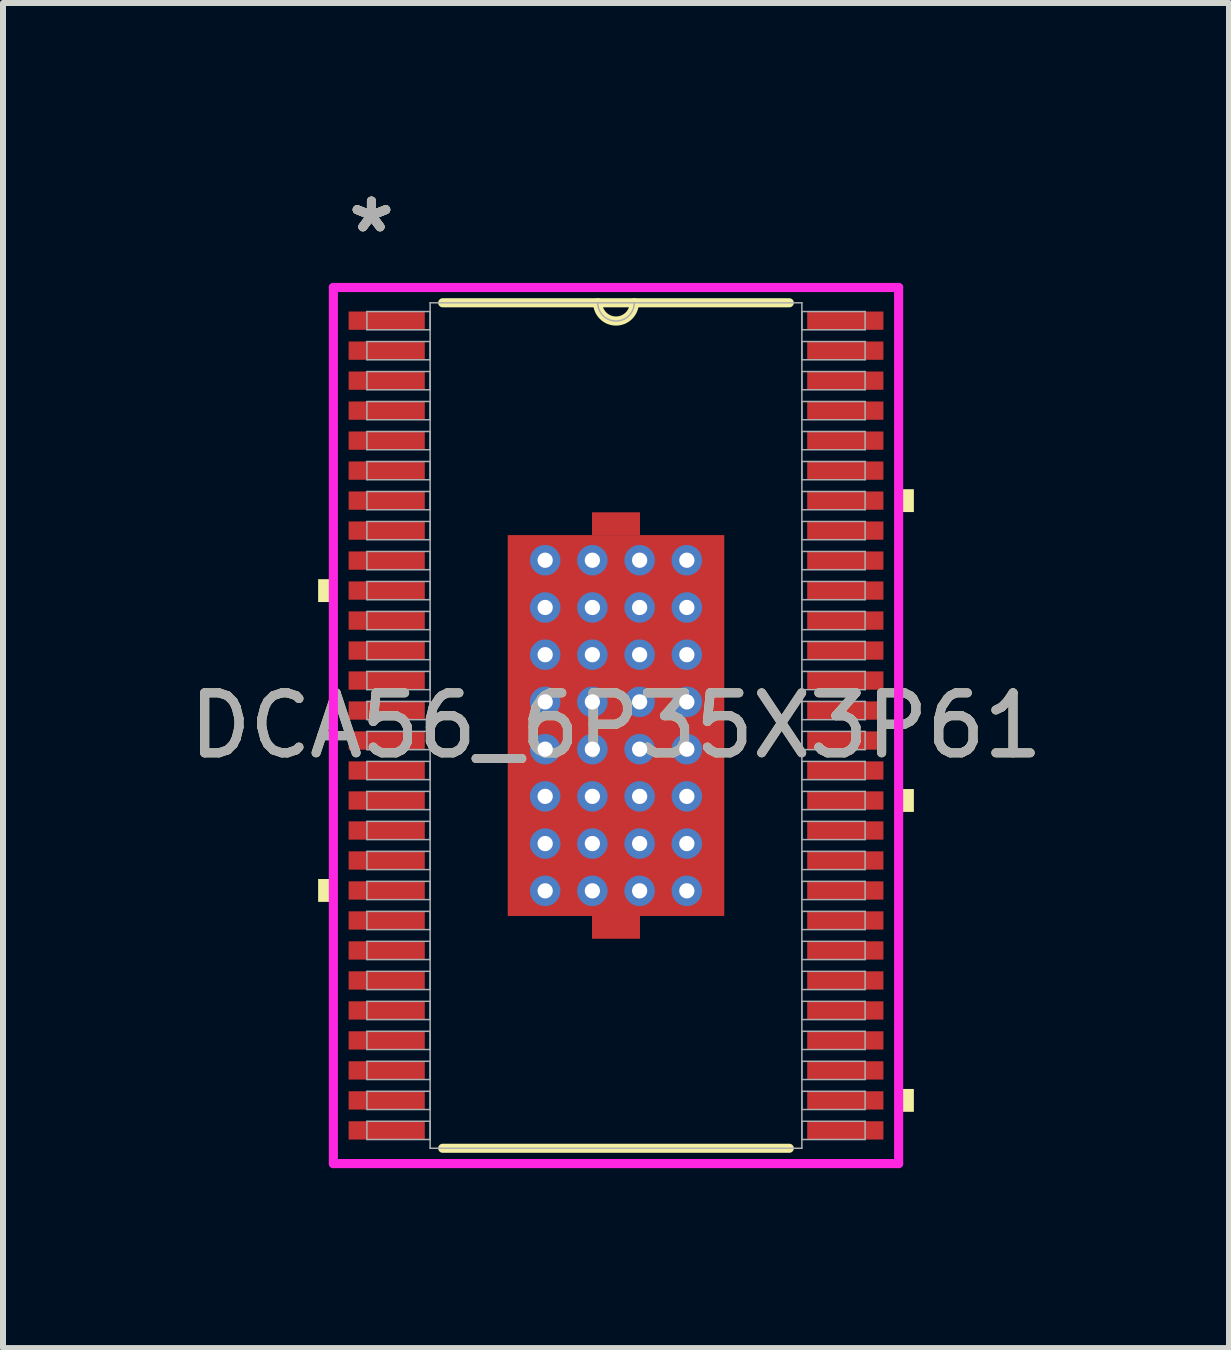
<source format=kicad_pcb>
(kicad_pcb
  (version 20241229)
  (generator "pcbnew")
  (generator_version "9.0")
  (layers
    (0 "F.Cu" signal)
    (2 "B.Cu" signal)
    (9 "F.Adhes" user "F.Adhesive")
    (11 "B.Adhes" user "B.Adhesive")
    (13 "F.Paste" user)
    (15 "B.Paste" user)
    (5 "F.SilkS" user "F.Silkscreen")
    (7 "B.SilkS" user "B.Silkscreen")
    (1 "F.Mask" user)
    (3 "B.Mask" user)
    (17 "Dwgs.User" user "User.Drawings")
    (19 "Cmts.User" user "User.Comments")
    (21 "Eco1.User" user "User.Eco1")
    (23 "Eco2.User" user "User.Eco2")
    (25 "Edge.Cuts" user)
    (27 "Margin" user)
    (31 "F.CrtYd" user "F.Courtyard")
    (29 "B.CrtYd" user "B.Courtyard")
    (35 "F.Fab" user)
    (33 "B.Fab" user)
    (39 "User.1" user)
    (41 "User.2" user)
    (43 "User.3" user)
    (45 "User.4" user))
  (footprint "DCA56_6P35X3P61"
    (layer "F.Cu")
    (at 7.22 9.046)
    (property "Reference" "DCA56_6P35X3P61" (at 0 0 0) (unlocked yes) (layer "F.SilkS") (effects (font (size 1 1) (thickness 0.15))))
    (attr smd)
    (fp_poly (pts (xy -0.4 -3.175) (xy -0.4 -3.555) (xy 0.4 -3.555) (xy 0.4 -3.175)) (stroke (width 0) (type solid)) (fill yes) (layer "F.Cu"))
    (fp_poly (pts (xy -0.4 3.175) (xy -0.4 3.555) (xy 0.4 3.555) (xy 0.4 3.175)) (stroke (width 0) (type solid)) (fill yes) (layer "F.Cu"))
    (fp_poly (pts (xy -1.869 -3.239) (xy -1.381 -3.239) (xy -1.381 3.239) (xy -1.869 3.239)) (stroke (width 0) (type solid)) (fill yes) (layer "F.Mask"))
    (fp_poly (pts (xy -1.869 -3.239) (xy 1.869 -3.239) (xy 1.869 -2.956) (xy -1.869 -2.956)) (stroke (width 0) (type solid)) (fill yes) (layer "F.Mask"))
    (fp_poly (pts (xy -1.869 -2.556) (xy 1.869 -2.556) (xy 1.869 -2.168) (xy -1.869 -2.168)) (stroke (width 0) (type solid)) (fill yes) (layer "F.Mask"))
    (fp_poly (pts (xy -1.869 -1.768) (xy 1.869 -1.768) (xy 1.869 -1.381) (xy -1.869 -1.381)) (stroke (width 0) (type solid)) (fill yes) (layer "F.Mask"))
    (fp_poly (pts (xy -1.869 -0.981) (xy 1.869 -0.981) (xy 1.869 -0.594) (xy -1.869 -0.594)) (stroke (width 0) (type solid)) (fill yes) (layer "F.Mask"))
    (fp_poly (pts (xy -1.869 -0.194) (xy 1.869 -0.194) (xy 1.869 0.194) (xy -1.869 0.194)) (stroke (width 0) (type solid)) (fill yes) (layer "F.Mask"))
    (fp_poly (pts (xy -1.869 0.594) (xy 1.869 0.594) (xy 1.869 0.981) (xy -1.869 0.981)) (stroke (width 0) (type solid)) (fill yes) (layer "F.Mask"))
    (fp_poly (pts (xy -1.869 1.381) (xy 1.869 1.381) (xy 1.869 1.768) (xy -1.869 1.768)) (stroke (width 0) (type solid)) (fill yes) (layer "F.Mask"))
    (fp_poly (pts (xy -1.869 2.168) (xy 1.869 2.168) (xy 1.869 2.556) (xy -1.869 2.556)) (stroke (width 0) (type solid)) (fill yes) (layer "F.Mask"))
    (fp_poly (pts (xy -1.869 2.956) (xy 1.869 2.956) (xy 1.869 3.239) (xy -1.869 3.239)) (stroke (width 0) (type solid)) (fill yes) (layer "F.Mask"))
    (fp_poly (pts (xy -0.594 -3.239) (xy -0.981 -3.239) (xy -0.981 3.239) (xy -0.594 3.239)) (stroke (width 0) (type solid)) (fill yes) (layer "F.Mask"))
    (fp_poly (pts (xy -0.4 -3.175) (xy -0.4 -3.555) (xy 0.4 -3.555) (xy 0.4 -3.175)) (stroke (width 0) (type solid)) (fill yes) (layer "F.Mask"))
    (fp_poly (pts (xy -0.4 3.175) (xy -0.4 3.555) (xy 0.4 3.555) (xy 0.4 3.175)) (stroke (width 0) (type solid)) (fill yes) (layer "F.Mask"))
    (fp_poly (pts (xy 0.194 -3.239) (xy -0.194 -3.239) (xy -0.194 3.239) (xy 0.194 3.239)) (stroke (width 0) (type solid)) (fill yes) (layer "F.Mask"))
    (fp_poly (pts (xy 0.981 -3.239) (xy 0.594 -3.239) (xy 0.594 3.239) (xy 0.981 3.239)) (stroke (width 0) (type solid)) (fill yes) (layer "F.Mask"))
    (fp_poly (pts (xy 1.381 -3.239) (xy 1.869 -3.239) (xy 1.869 3.239) (xy 1.381 3.239)) (stroke (width 0) (type solid)) (fill yes) (layer "F.Mask"))
    (fp_line (start -2.889 7.048) (end 2.889 7.048) (stroke (width 0.152) (type solid)) (layer "F.SilkS"))
    (fp_line (start 2.889 -7.048) (end -2.889 -7.048) (stroke (width 0.152) (type solid)) (layer "F.SilkS"))
    (fp_arc (start 0.3048 -7.0485) (mid 0 -6.7437) (end -0.3048 -7.0485) (stroke (width 0.1524) (type solid)) (layer "F.SilkS"))
    (fp_poly (pts (xy -4.966 -2.44) (xy -4.966 -2.059) (xy -4.712 -2.059) (xy -4.712 -2.44)) (stroke (width 0) (type solid)) (fill yes) (layer "F.SilkS"))
    (fp_poly (pts (xy -4.966 2.559) (xy -4.966 2.94) (xy -4.712 2.94) (xy -4.712 2.559)) (stroke (width 0) (type solid)) (fill yes) (layer "F.SilkS"))
    (fp_poly (pts (xy 4.966 -3.94) (xy 4.966 -3.559) (xy 4.712 -3.559) (xy 4.712 -3.94)) (stroke (width 0) (type solid)) (fill yes) (layer "F.SilkS"))
    (fp_poly (pts (xy 4.966 1.059) (xy 4.966 1.44) (xy 4.712 1.44) (xy 4.712 1.059)) (stroke (width 0) (type solid)) (fill yes) (layer "F.SilkS"))
    (fp_poly (pts (xy 4.966 6.059) (xy 4.966 6.44) (xy 4.712 6.44) (xy 4.712 6.059)) (stroke (width 0) (type solid)) (fill yes) (layer "F.SilkS"))
    (fp_poly (pts (xy -1.73 -3.1) (xy -1.73 -2.856) (xy -1.423 -2.856) (xy -1.281 -2.997) (xy -1.281 -3.1)) (stroke (width 0) (type solid)) (fill yes) (layer "F.Paste"))
    (fp_poly (pts (xy -1.73 2.856) (xy -1.73 3.1) (xy -1.281 3.1) (xy -1.281 2.997) (xy -1.423 2.856)) (stroke (width 0) (type solid)) (fill yes) (layer "F.Paste"))
    (fp_poly (pts (xy 1.281 -3.1) (xy 1.281 -2.997) (xy 1.423 -2.856) (xy 1.73 -2.856) (xy 1.73 -3.1)) (stroke (width 0) (type solid)) (fill yes) (layer "F.Paste"))
    (fp_poly (pts (xy 1.423 2.856) (xy 1.281 2.997) (xy 1.281 3.1) (xy 1.73 3.1) (xy 1.73 2.856)) (stroke (width 0) (type solid)) (fill yes) (layer "F.Paste"))
    (fp_poly (pts (xy -1.73 -2.656) (xy -1.73 -2.068) (xy -1.423 -2.068) (xy -1.281 -2.21) (xy -1.281 -2.514) (xy -1.423 -2.656)) (stroke (width 0) (type solid)) (fill yes) (layer "F.Paste"))
    (fp_poly (pts (xy -1.73 -1.869) (xy -1.73 -1.281) (xy -1.423 -1.281) (xy -1.281 -1.423) (xy -1.281 -1.727) (xy -1.423 -1.869)) (stroke (width 0) (type solid)) (fill yes) (layer "F.Paste"))
    (fp_poly (pts (xy -1.73 -1.081) (xy -1.73 -0.494) (xy -1.423 -0.494) (xy -1.281 -0.635) (xy -1.281 -0.94) (xy -1.423 -1.081)) (stroke (width 0) (type solid)) (fill yes) (layer "F.Paste"))
    (fp_poly (pts (xy -1.73 -0.294) (xy -1.73 0.294) (xy -1.423 0.294) (xy -1.281 0.152) (xy -1.281 -0.152) (xy -1.423 -0.294)) (stroke (width 0) (type solid)) (fill yes) (layer "F.Paste"))
    (fp_poly (pts (xy -1.73 0.494) (xy -1.73 1.081) (xy -1.423 1.081) (xy -1.281 0.94) (xy -1.281 0.635) (xy -1.423 0.494)) (stroke (width 0) (type solid)) (fill yes) (layer "F.Paste"))
    (fp_poly (pts (xy -1.73 1.281) (xy -1.73 1.869) (xy -1.423 1.869) (xy -1.281 1.727) (xy -1.281 1.423) (xy -1.423 1.281)) (stroke (width 0) (type solid)) (fill yes) (layer "F.Paste"))
    (fp_poly (pts (xy -1.73 2.068) (xy -1.73 2.656) (xy -1.423 2.656) (xy -1.281 2.514) (xy -1.281 2.21) (xy -1.423 2.068)) (stroke (width 0) (type solid)) (fill yes) (layer "F.Paste"))
    (fp_poly (pts (xy -1.081 -3.1) (xy -1.081 -2.997) (xy -0.94 -2.856) (xy -0.635 -2.856) (xy -0.494 -2.997) (xy -0.494 -3.1)) (stroke (width 0) (type solid)) (fill yes) (layer "F.Paste"))
    (fp_poly (pts (xy -0.94 2.856) (xy -1.081 2.997) (xy -1.081 3.1) (xy -0.494 3.1) (xy -0.494 2.997) (xy -0.635 2.856)) (stroke (width 0) (type solid)) (fill yes) (layer "F.Paste"))
    (fp_poly (pts (xy -0.294 -3.1) (xy -0.294 -2.997) (xy -0.152 -2.856) (xy 0.152 -2.856) (xy 0.294 -2.997) (xy 0.294 -3.1)) (stroke (width 0) (type solid)) (fill yes) (layer "F.Paste"))
    (fp_poly (pts (xy -0.152 2.856) (xy -0.294 2.997) (xy -0.294 3.1) (xy 0.294 3.1) (xy 0.294 2.997) (xy 0.152 2.856)) (stroke (width 0) (type solid)) (fill yes) (layer "F.Paste"))
    (fp_poly (pts (xy 0.494 -3.1) (xy 0.494 -2.997) (xy 0.635 -2.856) (xy 0.94 -2.856) (xy 1.081 -2.997) (xy 1.081 -3.1)) (stroke (width 0) (type solid)) (fill yes) (layer "F.Paste"))
    (fp_poly (pts (xy 0.635 2.856) (xy 0.494 2.997) (xy 0.494 3.1) (xy 1.081 3.1) (xy 1.081 2.997) (xy 0.94 2.856)) (stroke (width 0) (type solid)) (fill yes) (layer "F.Paste"))
    (fp_poly (pts (xy 1.423 -2.656) (xy 1.281 -2.514) (xy 1.281 -2.21) (xy 1.423 -2.068) (xy 1.73 -2.068) (xy 1.73 -2.656)) (stroke (width 0) (type solid)) (fill yes) (layer "F.Paste"))
    (fp_poly (pts (xy 1.423 -1.869) (xy 1.281 -1.727) (xy 1.281 -1.423) (xy 1.423 -1.281) (xy 1.73 -1.281) (xy 1.73 -1.869)) (stroke (width 0) (type solid)) (fill yes) (layer "F.Paste"))
    (fp_poly (pts (xy 1.423 -1.081) (xy 1.281 -0.94) (xy 1.281 -0.635) (xy 1.423 -0.494) (xy 1.73 -0.494) (xy 1.73 -1.081)) (stroke (width 0) (type solid)) (fill yes) (layer "F.Paste"))
    (fp_poly (pts (xy 1.423 -0.294) (xy 1.281 -0.152) (xy 1.281 0.152) (xy 1.423 0.294) (xy 1.73 0.294) (xy 1.73 -0.294)) (stroke (width 0) (type solid)) (fill yes) (layer "F.Paste"))
    (fp_poly (pts (xy 1.423 0.494) (xy 1.281 0.635) (xy 1.281 0.94) (xy 1.423 1.081) (xy 1.73 1.081) (xy 1.73 0.494)) (stroke (width 0) (type solid)) (fill yes) (layer "F.Paste"))
    (fp_poly (pts (xy 1.423 1.281) (xy 1.281 1.423) (xy 1.281 1.727) (xy 1.423 1.869) (xy 1.73 1.869) (xy 1.73 1.281)) (stroke (width 0) (type solid)) (fill yes) (layer "F.Paste"))
    (fp_poly (pts (xy 1.423 2.068) (xy 1.281 2.21) (xy 1.281 2.514) (xy 1.423 2.656) (xy 1.73 2.656) (xy 1.73 2.068)) (stroke (width 0) (type solid)) (fill yes) (layer "F.Paste"))
    (fp_poly (pts (xy -0.94 -2.656) (xy -1.081 -2.514) (xy -1.081 -2.21) (xy -0.94 -2.068) (xy -0.635 -2.068) (xy -0.494 -2.21) (xy -0.494 -2.514) (xy -0.635 -2.656)) (stroke (width 0) (type solid)) (fill yes) (layer "F.Paste"))
    (fp_poly (pts (xy -0.94 -1.869) (xy -1.081 -1.727) (xy -1.081 -1.423) (xy -0.94 -1.281) (xy -0.635 -1.281) (xy -0.494 -1.423) (xy -0.494 -1.727) (xy -0.635 -1.869)) (stroke (width 0) (type solid)) (fill yes) (layer "F.Paste"))
    (fp_poly (pts (xy -0.94 -1.081) (xy -1.081 -0.94) (xy -1.081 -0.635) (xy -0.94 -0.494) (xy -0.635 -0.494) (xy -0.494 -0.635) (xy -0.494 -0.94) (xy -0.635 -1.081)) (stroke (width 0) (type solid)) (fill yes) (layer "F.Paste"))
    (fp_poly (pts (xy -0.94 -0.294) (xy -1.081 -0.152) (xy -1.081 0.152) (xy -0.94 0.294) (xy -0.635 0.294) (xy -0.494 0.152) (xy -0.494 -0.152) (xy -0.635 -0.294)) (stroke (width 0) (type solid)) (fill yes) (layer "F.Paste"))
    (fp_poly (pts (xy -0.94 0.494) (xy -1.081 0.635) (xy -1.081 0.94) (xy -0.94 1.081) (xy -0.635 1.081) (xy -0.494 0.94) (xy -0.494 0.635) (xy -0.635 0.494)) (stroke (width 0) (type solid)) (fill yes) (layer "F.Paste"))
    (fp_poly (pts (xy -0.94 1.281) (xy -1.081 1.423) (xy -1.081 1.727) (xy -0.94 1.869) (xy -0.635 1.869) (xy -0.494 1.727) (xy -0.494 1.423) (xy -0.635 1.281)) (stroke (width 0) (type solid)) (fill yes) (layer "F.Paste"))
    (fp_poly (pts (xy -0.94 2.068) (xy -1.081 2.21) (xy -1.081 2.514) (xy -0.94 2.656) (xy -0.635 2.656) (xy -0.494 2.514) (xy -0.494 2.21) (xy -0.635 2.068)) (stroke (width 0) (type solid)) (fill yes) (layer "F.Paste"))
    (fp_poly (pts (xy -0.152 -2.656) (xy -0.294 -2.514) (xy -0.294 -2.21) (xy -0.152 -2.068) (xy 0.152 -2.068) (xy 0.294 -2.21) (xy 0.294 -2.514) (xy 0.152 -2.656)) (stroke (width 0) (type solid)) (fill yes) (layer "F.Paste"))
    (fp_poly (pts (xy -0.152 -1.869) (xy -0.294 -1.727) (xy -0.294 -1.423) (xy -0.152 -1.281) (xy 0.152 -1.281) (xy 0.294 -1.423) (xy 0.294 -1.727) (xy 0.152 -1.869)) (stroke (width 0) (type solid)) (fill yes) (layer "F.Paste"))
    (fp_poly (pts (xy -0.152 -1.081) (xy -0.294 -0.94) (xy -0.294 -0.635) (xy -0.152 -0.494) (xy 0.152 -0.494) (xy 0.294 -0.635) (xy 0.294 -0.94) (xy 0.152 -1.081)) (stroke (width 0) (type solid)) (fill yes) (layer "F.Paste"))
    (fp_poly (pts (xy -0.152 -0.294) (xy -0.294 -0.152) (xy -0.294 0.152) (xy -0.152 0.294) (xy 0.152 0.294) (xy 0.294 0.152) (xy 0.294 -0.152) (xy 0.152 -0.294)) (stroke (width 0) (type solid)) (fill yes) (layer "F.Paste"))
    (fp_poly (pts (xy -0.152 0.494) (xy -0.294 0.635) (xy -0.294 0.94) (xy -0.152 1.081) (xy 0.152 1.081) (xy 0.294 0.94) (xy 0.294 0.635) (xy 0.152 0.494)) (stroke (width 0) (type solid)) (fill yes) (layer "F.Paste"))
    (fp_poly (pts (xy -0.152 1.281) (xy -0.294 1.423) (xy -0.294 1.727) (xy -0.152 1.869) (xy 0.152 1.869) (xy 0.294 1.727) (xy 0.294 1.423) (xy 0.152 1.281)) (stroke (width 0) (type solid)) (fill yes) (layer "F.Paste"))
    (fp_poly (pts (xy -0.152 2.068) (xy -0.294 2.21) (xy -0.294 2.514) (xy -0.152 2.656) (xy 0.152 2.656) (xy 0.294 2.514) (xy 0.294 2.21) (xy 0.152 2.068)) (stroke (width 0) (type solid)) (fill yes) (layer "F.Paste"))
    (fp_poly (pts (xy 0.635 -2.656) (xy 0.494 -2.514) (xy 0.494 -2.21) (xy 0.635 -2.068) (xy 0.94 -2.068) (xy 1.081 -2.21) (xy 1.081 -2.514) (xy 0.94 -2.656)) (stroke (width 0) (type solid)) (fill yes) (layer "F.Paste"))
    (fp_poly (pts (xy 0.635 -1.869) (xy 0.494 -1.727) (xy 0.494 -1.423) (xy 0.635 -1.281) (xy 0.94 -1.281) (xy 1.081 -1.423) (xy 1.081 -1.727) (xy 0.94 -1.869)) (stroke (width 0) (type solid)) (fill yes) (layer "F.Paste"))
    (fp_poly (pts (xy 0.635 -1.081) (xy 0.494 -0.94) (xy 0.494 -0.635) (xy 0.635 -0.494) (xy 0.94 -0.494) (xy 1.081 -0.635) (xy 1.081 -0.94) (xy 0.94 -1.081)) (stroke (width 0) (type solid)) (fill yes) (layer "F.Paste"))
    (fp_poly (pts (xy 0.635 -0.294) (xy 0.494 -0.152) (xy 0.494 0.152) (xy 0.635 0.294) (xy 0.94 0.294) (xy 1.081 0.152) (xy 1.081 -0.152) (xy 0.94 -0.294)) (stroke (width 0) (type solid)) (fill yes) (layer "F.Paste"))
    (fp_poly (pts (xy 0.635 0.494) (xy 0.494 0.635) (xy 0.494 0.94) (xy 0.635 1.081) (xy 0.94 1.081) (xy 1.081 0.94) (xy 1.081 0.635) (xy 0.94 0.494)) (stroke (width 0) (type solid)) (fill yes) (layer "F.Paste"))
    (fp_poly (pts (xy 0.635 1.281) (xy 0.494 1.423) (xy 0.494 1.727) (xy 0.635 1.869) (xy 0.94 1.869) (xy 1.081 1.727) (xy 1.081 1.423) (xy 0.94 1.281)) (stroke (width 0) (type solid)) (fill yes) (layer "F.Paste"))
    (fp_poly (pts (xy 0.635 2.068) (xy 0.494 2.21) (xy 0.494 2.514) (xy 0.635 2.656) (xy 0.94 2.656) (xy 1.081 2.514) (xy 1.081 2.21) (xy 0.94 2.068)) (stroke (width 0) (type solid)) (fill yes) (layer "F.Paste"))
    (fp_line (start -4.712 -7.303) (end 4.712 -7.303) (stroke (width 0.152) (type solid)) (layer "F.CrtYd"))
    (fp_line (start -4.712 7.303) (end -4.712 -7.303) (stroke (width 0.152) (type solid)) (layer "F.CrtYd"))
    (fp_line (start 4.712 -7.303) (end 4.712 7.303) (stroke (width 0.152) (type solid)) (layer "F.CrtYd"))
    (fp_line (start 4.712 7.303) (end -4.712 7.303) (stroke (width 0.152) (type solid)) (layer "F.CrtYd"))
    (fp_line (start -4.153 -6.902) (end -4.153 -6.598) (stroke (width 0.025) (type solid)) (layer "F.Fab"))
    (fp_line (start -4.153 -6.598) (end -3.099 -6.598) (stroke (width 0.025) (type solid)) (layer "F.Fab"))
    (fp_line (start -4.153 -6.402) (end -4.153 -6.098) (stroke (width 0.025) (type solid)) (layer "F.Fab"))
    (fp_line (start -4.153 -6.098) (end -3.099 -6.098) (stroke (width 0.025) (type solid)) (layer "F.Fab"))
    (fp_line (start -4.153 -5.902) (end -4.153 -5.598) (stroke (width 0.025) (type solid)) (layer "F.Fab"))
    (fp_line (start -4.153 -5.598) (end -3.099 -5.598) (stroke (width 0.025) (type solid)) (layer "F.Fab"))
    (fp_line (start -4.153 -5.402) (end -4.153 -5.098) (stroke (width 0.025) (type solid)) (layer "F.Fab"))
    (fp_line (start -4.153 -5.098) (end -3.099 -5.098) (stroke (width 0.025) (type solid)) (layer "F.Fab"))
    (fp_line (start -4.153 -4.902) (end -4.153 -4.598) (stroke (width 0.025) (type solid)) (layer "F.Fab"))
    (fp_line (start -4.153 -4.598) (end -3.099 -4.598) (stroke (width 0.025) (type solid)) (layer "F.Fab"))
    (fp_line (start -4.153 -4.402) (end -4.153 -4.098) (stroke (width 0.025) (type solid)) (layer "F.Fab"))
    (fp_line (start -4.153 -4.098) (end -3.099 -4.098) (stroke (width 0.025) (type solid)) (layer "F.Fab"))
    (fp_line (start -4.153 -3.902) (end -4.153 -3.598) (stroke (width 0.025) (type solid)) (layer "F.Fab"))
    (fp_line (start -4.153 -3.598) (end -3.099 -3.598) (stroke (width 0.025) (type solid)) (layer "F.Fab"))
    (fp_line (start -4.153 -3.402) (end -4.153 -3.098) (stroke (width 0.025) (type solid)) (layer "F.Fab"))
    (fp_line (start -4.153 -3.098) (end -3.099 -3.098) (stroke (width 0.025) (type solid)) (layer "F.Fab"))
    (fp_line (start -4.153 -2.902) (end -4.153 -2.598) (stroke (width 0.025) (type solid)) (layer "F.Fab"))
    (fp_line (start -4.153 -2.598) (end -3.099 -2.598) (stroke (width 0.025) (type solid)) (layer "F.Fab"))
    (fp_line (start -4.153 -2.402) (end -4.153 -2.098) (stroke (width 0.025) (type solid)) (layer "F.Fab"))
    (fp_line (start -4.153 -2.098) (end -3.099 -2.098) (stroke (width 0.025) (type solid)) (layer "F.Fab"))
    (fp_line (start -4.153 -1.902) (end -4.153 -1.598) (stroke (width 0.025) (type solid)) (layer "F.Fab"))
    (fp_line (start -4.153 -1.598) (end -3.099 -1.598) (stroke (width 0.025) (type solid)) (layer "F.Fab"))
    (fp_line (start -4.153 -1.402) (end -4.153 -1.098) (stroke (width 0.025) (type solid)) (layer "F.Fab"))
    (fp_line (start -4.153 -1.098) (end -3.099 -1.098) (stroke (width 0.025) (type solid)) (layer "F.Fab"))
    (fp_line (start -4.153 -0.902) (end -4.153 -0.598) (stroke (width 0.025) (type solid)) (layer "F.Fab"))
    (fp_line (start -4.153 -0.598) (end -3.099 -0.598) (stroke (width 0.025) (type solid)) (layer "F.Fab"))
    (fp_line (start -4.153 -0.402) (end -4.153 -0.098) (stroke (width 0.025) (type solid)) (layer "F.Fab"))
    (fp_line (start -4.153 -0.098) (end -3.099 -0.098) (stroke (width 0.025) (type solid)) (layer "F.Fab"))
    (fp_line (start -4.153 0.098) (end -4.153 0.402) (stroke (width 0.025) (type solid)) (layer "F.Fab"))
    (fp_line (start -4.153 0.402) (end -3.099 0.402) (stroke (width 0.025) (type solid)) (layer "F.Fab"))
    (fp_line (start -4.153 0.598) (end -4.153 0.902) (stroke (width 0.025) (type solid)) (layer "F.Fab"))
    (fp_line (start -4.153 0.902) (end -3.099 0.902) (stroke (width 0.025) (type solid)) (layer "F.Fab"))
    (fp_line (start -4.153 1.098) (end -4.153 1.402) (stroke (width 0.025) (type solid)) (layer "F.Fab"))
    (fp_line (start -4.153 1.402) (end -3.099 1.402) (stroke (width 0.025) (type solid)) (layer "F.Fab"))
    (fp_line (start -4.153 1.598) (end -4.153 1.902) (stroke (width 0.025) (type solid)) (layer "F.Fab"))
    (fp_line (start -4.153 1.902) (end -3.099 1.902) (stroke (width 0.025) (type solid)) (layer "F.Fab"))
    (fp_line (start -4.153 2.098) (end -4.153 2.402) (stroke (width 0.025) (type solid)) (layer "F.Fab"))
    (fp_line (start -4.153 2.402) (end -3.099 2.402) (stroke (width 0.025) (type solid)) (layer "F.Fab"))
    (fp_line (start -4.153 2.598) (end -4.153 2.902) (stroke (width 0.025) (type solid)) (layer "F.Fab"))
    (fp_line (start -4.153 2.902) (end -3.099 2.902) (stroke (width 0.025) (type solid)) (layer "F.Fab"))
    (fp_line (start -4.153 3.098) (end -4.153 3.402) (stroke (width 0.025) (type solid)) (layer "F.Fab"))
    (fp_line (start -4.153 3.402) (end -3.099 3.402) (stroke (width 0.025) (type solid)) (layer "F.Fab"))
    (fp_line (start -4.153 3.598) (end -4.153 3.902) (stroke (width 0.025) (type solid)) (layer "F.Fab"))
    (fp_line (start -4.153 3.902) (end -3.099 3.902) (stroke (width 0.025) (type solid)) (layer "F.Fab"))
    (fp_line (start -4.153 4.098) (end -4.153 4.402) (stroke (width 0.025) (type solid)) (layer "F.Fab"))
    (fp_line (start -4.153 4.402) (end -3.099 4.402) (stroke (width 0.025) (type solid)) (layer "F.Fab"))
    (fp_line (start -4.153 4.598) (end -4.153 4.902) (stroke (width 0.025) (type solid)) (layer "F.Fab"))
    (fp_line (start -4.153 4.902) (end -3.099 4.902) (stroke (width 0.025) (type solid)) (layer "F.Fab"))
    (fp_line (start -4.153 5.098) (end -4.153 5.402) (stroke (width 0.025) (type solid)) (layer "F.Fab"))
    (fp_line (start -4.153 5.402) (end -3.099 5.402) (stroke (width 0.025) (type solid)) (layer "F.Fab"))
    (fp_line (start -4.153 5.598) (end -4.153 5.902) (stroke (width 0.025) (type solid)) (layer "F.Fab"))
    (fp_line (start -4.153 5.902) (end -3.099 5.902) (stroke (width 0.025) (type solid)) (layer "F.Fab"))
    (fp_line (start -4.153 6.098) (end -4.153 6.402) (stroke (width 0.025) (type solid)) (layer "F.Fab"))
    (fp_line (start -4.153 6.402) (end -3.099 6.402) (stroke (width 0.025) (type solid)) (layer "F.Fab"))
    (fp_line (start -4.153 6.598) (end -4.153 6.902) (stroke (width 0.025) (type solid)) (layer "F.Fab"))
    (fp_line (start -4.153 6.902) (end -3.099 6.902) (stroke (width 0.025) (type solid)) (layer "F.Fab"))
    (fp_line (start -3.099 -7.048) (end -3.099 7.048) (stroke (width 0.025) (type solid)) (layer "F.Fab"))
    (fp_line (start -3.099 -6.902) (end -4.153 -6.902) (stroke (width 0.025) (type solid)) (layer "F.Fab"))
    (fp_line (start -3.099 -6.598) (end -3.099 -6.902) (stroke (width 0.025) (type solid)) (layer "F.Fab"))
    (fp_line (start -3.099 -6.402) (end -4.153 -6.402) (stroke (width 0.025) (type solid)) (layer "F.Fab"))
    (fp_line (start -3.099 -6.098) (end -3.099 -6.402) (stroke (width 0.025) (type solid)) (layer "F.Fab"))
    (fp_line (start -3.099 -5.902) (end -4.153 -5.902) (stroke (width 0.025) (type solid)) (layer "F.Fab"))
    (fp_line (start -3.099 -5.598) (end -3.099 -5.902) (stroke (width 0.025) (type solid)) (layer "F.Fab"))
    (fp_line (start -3.099 -5.402) (end -4.153 -5.402) (stroke (width 0.025) (type solid)) (layer "F.Fab"))
    (fp_line (start -3.099 -5.098) (end -3.099 -5.402) (stroke (width 0.025) (type solid)) (layer "F.Fab"))
    (fp_line (start -3.099 -4.902) (end -4.153 -4.902) (stroke (width 0.025) (type solid)) (layer "F.Fab"))
    (fp_line (start -3.099 -4.598) (end -3.099 -4.902) (stroke (width 0.025) (type solid)) (layer "F.Fab"))
    (fp_line (start -3.099 -4.402) (end -4.153 -4.402) (stroke (width 0.025) (type solid)) (layer "F.Fab"))
    (fp_line (start -3.099 -4.098) (end -3.099 -4.402) (stroke (width 0.025) (type solid)) (layer "F.Fab"))
    (fp_line (start -3.099 -3.902) (end -4.153 -3.902) (stroke (width 0.025) (type solid)) (layer "F.Fab"))
    (fp_line (start -3.099 -3.598) (end -3.099 -3.902) (stroke (width 0.025) (type solid)) (layer "F.Fab"))
    (fp_line (start -3.099 -3.402) (end -4.153 -3.402) (stroke (width 0.025) (type solid)) (layer "F.Fab"))
    (fp_line (start -3.099 -3.098) (end -3.099 -3.402) (stroke (width 0.025) (type solid)) (layer "F.Fab"))
    (fp_line (start -3.099 -2.902) (end -4.153 -2.902) (stroke (width 0.025) (type solid)) (layer "F.Fab"))
    (fp_line (start -3.099 -2.598) (end -3.099 -2.902) (stroke (width 0.025) (type solid)) (layer "F.Fab"))
    (fp_line (start -3.099 -2.402) (end -4.153 -2.402) (stroke (width 0.025) (type solid)) (layer "F.Fab"))
    (fp_line (start -3.099 -2.098) (end -3.099 -2.402) (stroke (width 0.025) (type solid)) (layer "F.Fab"))
    (fp_line (start -3.099 -1.902) (end -4.153 -1.902) (stroke (width 0.025) (type solid)) (layer "F.Fab"))
    (fp_line (start -3.099 -1.598) (end -3.099 -1.902) (stroke (width 0.025) (type solid)) (layer "F.Fab"))
    (fp_line (start -3.099 -1.402) (end -4.153 -1.402) (stroke (width 0.025) (type solid)) (layer "F.Fab"))
    (fp_line (start -3.099 -1.098) (end -3.099 -1.402) (stroke (width 0.025) (type solid)) (layer "F.Fab"))
    (fp_line (start -3.099 -0.902) (end -4.153 -0.902) (stroke (width 0.025) (type solid)) (layer "F.Fab"))
    (fp_line (start -3.099 -0.598) (end -3.099 -0.902) (stroke (width 0.025) (type solid)) (layer "F.Fab"))
    (fp_line (start -3.099 -0.402) (end -4.153 -0.402) (stroke (width 0.025) (type solid)) (layer "F.Fab"))
    (fp_line (start -3.099 -0.098) (end -3.099 -0.402) (stroke (width 0.025) (type solid)) (layer "F.Fab"))
    (fp_line (start -3.099 0.098) (end -4.153 0.098) (stroke (width 0.025) (type solid)) (layer "F.Fab"))
    (fp_line (start -3.099 0.402) (end -3.099 0.098) (stroke (width 0.025) (type solid)) (layer "F.Fab"))
    (fp_line (start -3.099 0.598) (end -4.153 0.598) (stroke (width 0.025) (type solid)) (layer "F.Fab"))
    (fp_line (start -3.099 0.902) (end -3.099 0.598) (stroke (width 0.025) (type solid)) (layer "F.Fab"))
    (fp_line (start -3.099 1.098) (end -4.153 1.098) (stroke (width 0.025) (type solid)) (layer "F.Fab"))
    (fp_line (start -3.099 1.402) (end -3.099 1.098) (stroke (width 0.025) (type solid)) (layer "F.Fab"))
    (fp_line (start -3.099 1.598) (end -4.153 1.598) (stroke (width 0.025) (type solid)) (layer "F.Fab"))
    (fp_line (start -3.099 1.902) (end -3.099 1.598) (stroke (width 0.025) (type solid)) (layer "F.Fab"))
    (fp_line (start -3.099 2.098) (end -4.153 2.098) (stroke (width 0.025) (type solid)) (layer "F.Fab"))
    (fp_line (start -3.099 2.402) (end -3.099 2.098) (stroke (width 0.025) (type solid)) (layer "F.Fab"))
    (fp_line (start -3.099 2.598) (end -4.153 2.598) (stroke (width 0.025) (type solid)) (layer "F.Fab"))
    (fp_line (start -3.099 2.902) (end -3.099 2.598) (stroke (width 0.025) (type solid)) (layer "F.Fab"))
    (fp_line (start -3.099 3.098) (end -4.153 3.098) (stroke (width 0.025) (type solid)) (layer "F.Fab"))
    (fp_line (start -3.099 3.402) (end -3.099 3.098) (stroke (width 0.025) (type solid)) (layer "F.Fab"))
    (fp_line (start -3.099 3.598) (end -4.153 3.598) (stroke (width 0.025) (type solid)) (layer "F.Fab"))
    (fp_line (start -3.099 3.902) (end -3.099 3.598) (stroke (width 0.025) (type solid)) (layer "F.Fab"))
    (fp_line (start -3.099 4.098) (end -4.153 4.098) (stroke (width 0.025) (type solid)) (layer "F.Fab"))
    (fp_line (start -3.099 4.402) (end -3.099 4.098) (stroke (width 0.025) (type solid)) (layer "F.Fab"))
    (fp_line (start -3.099 4.598) (end -4.153 4.598) (stroke (width 0.025) (type solid)) (layer "F.Fab"))
    (fp_line (start -3.099 4.902) (end -3.099 4.598) (stroke (width 0.025) (type solid)) (layer "F.Fab"))
    (fp_line (start -3.099 5.098) (end -4.153 5.098) (stroke (width 0.025) (type solid)) (layer "F.Fab"))
    (fp_line (start -3.099 5.402) (end -3.099 5.098) (stroke (width 0.025) (type solid)) (layer "F.Fab"))
    (fp_line (start -3.099 5.598) (end -4.153 5.598) (stroke (width 0.025) (type solid)) (layer "F.Fab"))
    (fp_line (start -3.099 5.902) (end -3.099 5.598) (stroke (width 0.025) (type solid)) (layer "F.Fab"))
    (fp_line (start -3.099 6.098) (end -4.153 6.098) (stroke (width 0.025) (type solid)) (layer "F.Fab"))
    (fp_line (start -3.099 6.402) (end -3.099 6.098) (stroke (width 0.025) (type solid)) (layer "F.Fab"))
    (fp_line (start -3.099 6.598) (end -4.153 6.598) (stroke (width 0.025) (type solid)) (layer "F.Fab"))
    (fp_line (start -3.099 6.902) (end -3.099 6.598) (stroke (width 0.025) (type solid)) (layer "F.Fab"))
    (fp_line (start -3.099 7.048) (end 3.099 7.048) (stroke (width 0.025) (type solid)) (layer "F.Fab"))
    (fp_line (start 3.099 -7.048) (end -3.099 -7.048) (stroke (width 0.025) (type solid)) (layer "F.Fab"))
    (fp_line (start 3.099 -6.902) (end 3.099 -6.598) (stroke (width 0.025) (type solid)) (layer "F.Fab"))
    (fp_line (start 3.099 -6.598) (end 4.153 -6.598) (stroke (width 0.025) (type solid)) (layer "F.Fab"))
    (fp_line (start 3.099 -6.402) (end 3.099 -6.098) (stroke (width 0.025) (type solid)) (layer "F.Fab"))
    (fp_line (start 3.099 -6.098) (end 4.153 -6.098) (stroke (width 0.025) (type solid)) (layer "F.Fab"))
    (fp_line (start 3.099 -5.902) (end 3.099 -5.598) (stroke (width 0.025) (type solid)) (layer "F.Fab"))
    (fp_line (start 3.099 -5.598) (end 4.153 -5.598) (stroke (width 0.025) (type solid)) (layer "F.Fab"))
    (fp_line (start 3.099 -5.402) (end 3.099 -5.098) (stroke (width 0.025) (type solid)) (layer "F.Fab"))
    (fp_line (start 3.099 -5.098) (end 4.153 -5.098) (stroke (width 0.025) (type solid)) (layer "F.Fab"))
    (fp_line (start 3.099 -4.902) (end 3.099 -4.598) (stroke (width 0.025) (type solid)) (layer "F.Fab"))
    (fp_line (start 3.099 -4.598) (end 4.153 -4.598) (stroke (width 0.025) (type solid)) (layer "F.Fab"))
    (fp_line (start 3.099 -4.402) (end 3.099 -4.098) (stroke (width 0.025) (type solid)) (layer "F.Fab"))
    (fp_line (start 3.099 -4.098) (end 4.153 -4.098) (stroke (width 0.025) (type solid)) (layer "F.Fab"))
    (fp_line (start 3.099 -3.902) (end 3.099 -3.598) (stroke (width 0.025) (type solid)) (layer "F.Fab"))
    (fp_line (start 3.099 -3.598) (end 4.153 -3.598) (stroke (width 0.025) (type solid)) (layer "F.Fab"))
    (fp_line (start 3.099 -3.402) (end 3.099 -3.098) (stroke (width 0.025) (type solid)) (layer "F.Fab"))
    (fp_line (start 3.099 -3.098) (end 4.153 -3.098) (stroke (width 0.025) (type solid)) (layer "F.Fab"))
    (fp_line (start 3.099 -2.902) (end 3.099 -2.598) (stroke (width 0.025) (type solid)) (layer "F.Fab"))
    (fp_line (start 3.099 -2.598) (end 4.153 -2.598) (stroke (width 0.025) (type solid)) (layer "F.Fab"))
    (fp_line (start 3.099 -2.402) (end 3.099 -2.098) (stroke (width 0.025) (type solid)) (layer "F.Fab"))
    (fp_line (start 3.099 -2.098) (end 4.153 -2.098) (stroke (width 0.025) (type solid)) (layer "F.Fab"))
    (fp_line (start 3.099 -1.902) (end 3.099 -1.598) (stroke (width 0.025) (type solid)) (layer "F.Fab"))
    (fp_line (start 3.099 -1.598) (end 4.153 -1.598) (stroke (width 0.025) (type solid)) (layer "F.Fab"))
    (fp_line (start 3.099 -1.402) (end 3.099 -1.098) (stroke (width 0.025) (type solid)) (layer "F.Fab"))
    (fp_line (start 3.099 -1.098) (end 4.153 -1.098) (stroke (width 0.025) (type solid)) (layer "F.Fab"))
    (fp_line (start 3.099 -0.902) (end 3.099 -0.598) (stroke (width 0.025) (type solid)) (layer "F.Fab"))
    (fp_line (start 3.099 -0.598) (end 4.153 -0.598) (stroke (width 0.025) (type solid)) (layer "F.Fab"))
    (fp_line (start 3.099 -0.402) (end 3.099 -0.098) (stroke (width 0.025) (type solid)) (layer "F.Fab"))
    (fp_line (start 3.099 -0.098) (end 4.153 -0.098) (stroke (width 0.025) (type solid)) (layer "F.Fab"))
    (fp_line (start 3.099 0.098) (end 3.099 0.402) (stroke (width 0.025) (type solid)) (layer "F.Fab"))
    (fp_line (start 3.099 0.402) (end 4.153 0.402) (stroke (width 0.025) (type solid)) (layer "F.Fab"))
    (fp_line (start 3.099 0.598) (end 3.099 0.902) (stroke (width 0.025) (type solid)) (layer "F.Fab"))
    (fp_line (start 3.099 0.902) (end 4.153 0.902) (stroke (width 0.025) (type solid)) (layer "F.Fab"))
    (fp_line (start 3.099 1.098) (end 3.099 1.402) (stroke (width 0.025) (type solid)) (layer "F.Fab"))
    (fp_line (start 3.099 1.402) (end 4.153 1.402) (stroke (width 0.025) (type solid)) (layer "F.Fab"))
    (fp_line (start 3.099 1.598) (end 3.099 1.902) (stroke (width 0.025) (type solid)) (layer "F.Fab"))
    (fp_line (start 3.099 1.902) (end 4.153 1.902) (stroke (width 0.025) (type solid)) (layer "F.Fab"))
    (fp_line (start 3.099 2.098) (end 3.099 2.402) (stroke (width 0.025) (type solid)) (layer "F.Fab"))
    (fp_line (start 3.099 2.402) (end 4.153 2.402) (stroke (width 0.025) (type solid)) (layer "F.Fab"))
    (fp_line (start 3.099 2.598) (end 3.099 2.902) (stroke (width 0.025) (type solid)) (layer "F.Fab"))
    (fp_line (start 3.099 2.902) (end 4.153 2.902) (stroke (width 0.025) (type solid)) (layer "F.Fab"))
    (fp_line (start 3.099 3.098) (end 3.099 3.402) (stroke (width 0.025) (type solid)) (layer "F.Fab"))
    (fp_line (start 3.099 3.402) (end 4.153 3.402) (stroke (width 0.025) (type solid)) (layer "F.Fab"))
    (fp_line (start 3.099 3.598) (end 3.099 3.902) (stroke (width 0.025) (type solid)) (layer "F.Fab"))
    (fp_line (start 3.099 3.902) (end 4.153 3.902) (stroke (width 0.025) (type solid)) (layer "F.Fab"))
    (fp_line (start 3.099 4.098) (end 3.099 4.402) (stroke (width 0.025) (type solid)) (layer "F.Fab"))
    (fp_line (start 3.099 4.402) (end 4.153 4.402) (stroke (width 0.025) (type solid)) (layer "F.Fab"))
    (fp_line (start 3.099 4.598) (end 3.099 4.902) (stroke (width 0.025) (type solid)) (layer "F.Fab"))
    (fp_line (start 3.099 4.902) (end 4.153 4.902) (stroke (width 0.025) (type solid)) (layer "F.Fab"))
    (fp_line (start 3.099 5.098) (end 3.099 5.402) (stroke (width 0.025) (type solid)) (layer "F.Fab"))
    (fp_line (start 3.099 5.402) (end 4.153 5.402) (stroke (width 0.025) (type solid)) (layer "F.Fab"))
    (fp_line (start 3.099 5.598) (end 3.099 5.902) (stroke (width 0.025) (type solid)) (layer "F.Fab"))
    (fp_line (start 3.099 5.902) (end 4.153 5.902) (stroke (width 0.025) (type solid)) (layer "F.Fab"))
    (fp_line (start 3.099 6.098) (end 3.099 6.402) (stroke (width 0.025) (type solid)) (layer "F.Fab"))
    (fp_line (start 3.099 6.402) (end 4.153 6.402) (stroke (width 0.025) (type solid)) (layer "F.Fab"))
    (fp_line (start 3.099 6.598) (end 3.099 6.902) (stroke (width 0.025) (type solid)) (layer "F.Fab"))
    (fp_line (start 3.099 6.902) (end 4.153 6.902) (stroke (width 0.025) (type solid)) (layer "F.Fab"))
    (fp_line (start 3.099 7.048) (end 3.099 -7.048) (stroke (width 0.025) (type solid)) (layer "F.Fab"))
    (fp_line (start 4.153 -6.902) (end 3.099 -6.902) (stroke (width 0.025) (type solid)) (layer "F.Fab"))
    (fp_line (start 4.153 -6.598) (end 4.153 -6.902) (stroke (width 0.025) (type solid)) (layer "F.Fab"))
    (fp_line (start 4.153 -6.402) (end 3.099 -6.402) (stroke (width 0.025) (type solid)) (layer "F.Fab"))
    (fp_line (start 4.153 -6.098) (end 4.153 -6.402) (stroke (width 0.025) (type solid)) (layer "F.Fab"))
    (fp_line (start 4.153 -5.902) (end 3.099 -5.902) (stroke (width 0.025) (type solid)) (layer "F.Fab"))
    (fp_line (start 4.153 -5.598) (end 4.153 -5.902) (stroke (width 0.025) (type solid)) (layer "F.Fab"))
    (fp_line (start 4.153 -5.402) (end 3.099 -5.402) (stroke (width 0.025) (type solid)) (layer "F.Fab"))
    (fp_line (start 4.153 -5.098) (end 4.153 -5.402) (stroke (width 0.025) (type solid)) (layer "F.Fab"))
    (fp_line (start 4.153 -4.902) (end 3.099 -4.902) (stroke (width 0.025) (type solid)) (layer "F.Fab"))
    (fp_line (start 4.153 -4.598) (end 4.153 -4.902) (stroke (width 0.025) (type solid)) (layer "F.Fab"))
    (fp_line (start 4.153 -4.402) (end 3.099 -4.402) (stroke (width 0.025) (type solid)) (layer "F.Fab"))
    (fp_line (start 4.153 -4.098) (end 4.153 -4.402) (stroke (width 0.025) (type solid)) (layer "F.Fab"))
    (fp_line (start 4.153 -3.902) (end 3.099 -3.902) (stroke (width 0.025) (type solid)) (layer "F.Fab"))
    (fp_line (start 4.153 -3.598) (end 4.153 -3.902) (stroke (width 0.025) (type solid)) (layer "F.Fab"))
    (fp_line (start 4.153 -3.402) (end 3.099 -3.402) (stroke (width 0.025) (type solid)) (layer "F.Fab"))
    (fp_line (start 4.153 -3.098) (end 4.153 -3.402) (stroke (width 0.025) (type solid)) (layer "F.Fab"))
    (fp_line (start 4.153 -2.902) (end 3.099 -2.902) (stroke (width 0.025) (type solid)) (layer "F.Fab"))
    (fp_line (start 4.153 -2.598) (end 4.153 -2.902) (stroke (width 0.025) (type solid)) (layer "F.Fab"))
    (fp_line (start 4.153 -2.402) (end 3.099 -2.402) (stroke (width 0.025) (type solid)) (layer "F.Fab"))
    (fp_line (start 4.153 -2.098) (end 4.153 -2.402) (stroke (width 0.025) (type solid)) (layer "F.Fab"))
    (fp_line (start 4.153 -1.902) (end 3.099 -1.902) (stroke (width 0.025) (type solid)) (layer "F.Fab"))
    (fp_line (start 4.153 -1.598) (end 4.153 -1.902) (stroke (width 0.025) (type solid)) (layer "F.Fab"))
    (fp_line (start 4.153 -1.402) (end 3.099 -1.402) (stroke (width 0.025) (type solid)) (layer "F.Fab"))
    (fp_line (start 4.153 -1.098) (end 4.153 -1.402) (stroke (width 0.025) (type solid)) (layer "F.Fab"))
    (fp_line (start 4.153 -0.902) (end 3.099 -0.902) (stroke (width 0.025) (type solid)) (layer "F.Fab"))
    (fp_line (start 4.153 -0.598) (end 4.153 -0.902) (stroke (width 0.025) (type solid)) (layer "F.Fab"))
    (fp_line (start 4.153 -0.402) (end 3.099 -0.402) (stroke (width 0.025) (type solid)) (layer "F.Fab"))
    (fp_line (start 4.153 -0.098) (end 4.153 -0.402) (stroke (width 0.025) (type solid)) (layer "F.Fab"))
    (fp_line (start 4.153 0.098) (end 3.099 0.098) (stroke (width 0.025) (type solid)) (layer "F.Fab"))
    (fp_line (start 4.153 0.402) (end 4.153 0.098) (stroke (width 0.025) (type solid)) (layer "F.Fab"))
    (fp_line (start 4.153 0.598) (end 3.099 0.598) (stroke (width 0.025) (type solid)) (layer "F.Fab"))
    (fp_line (start 4.153 0.902) (end 4.153 0.598) (stroke (width 0.025) (type solid)) (layer "F.Fab"))
    (fp_line (start 4.153 1.098) (end 3.099 1.098) (stroke (width 0.025) (type solid)) (layer "F.Fab"))
    (fp_line (start 4.153 1.402) (end 4.153 1.098) (stroke (width 0.025) (type solid)) (layer "F.Fab"))
    (fp_line (start 4.153 1.598) (end 3.099 1.598) (stroke (width 0.025) (type solid)) (layer "F.Fab"))
    (fp_line (start 4.153 1.902) (end 4.153 1.598) (stroke (width 0.025) (type solid)) (layer "F.Fab"))
    (fp_line (start 4.153 2.098) (end 3.099 2.098) (stroke (width 0.025) (type solid)) (layer "F.Fab"))
    (fp_line (start 4.153 2.402) (end 4.153 2.098) (stroke (width 0.025) (type solid)) (layer "F.Fab"))
    (fp_line (start 4.153 2.598) (end 3.099 2.598) (stroke (width 0.025) (type solid)) (layer "F.Fab"))
    (fp_line (start 4.153 2.902) (end 4.153 2.598) (stroke (width 0.025) (type solid)) (layer "F.Fab"))
    (fp_line (start 4.153 3.098) (end 3.099 3.098) (stroke (width 0.025) (type solid)) (layer "F.Fab"))
    (fp_line (start 4.153 3.402) (end 4.153 3.098) (stroke (width 0.025) (type solid)) (layer "F.Fab"))
    (fp_line (start 4.153 3.598) (end 3.099 3.598) (stroke (width 0.025) (type solid)) (layer "F.Fab"))
    (fp_line (start 4.153 3.902) (end 4.153 3.598) (stroke (width 0.025) (type solid)) (layer "F.Fab"))
    (fp_line (start 4.153 4.098) (end 3.099 4.098) (stroke (width 0.025) (type solid)) (layer "F.Fab"))
    (fp_line (start 4.153 4.402) (end 4.153 4.098) (stroke (width 0.025) (type solid)) (layer "F.Fab"))
    (fp_line (start 4.153 4.598) (end 3.099 4.598) (stroke (width 0.025) (type solid)) (layer "F.Fab"))
    (fp_line (start 4.153 4.902) (end 4.153 4.598) (stroke (width 0.025) (type solid)) (layer "F.Fab"))
    (fp_line (start 4.153 5.098) (end 3.099 5.098) (stroke (width 0.025) (type solid)) (layer "F.Fab"))
    (fp_line (start 4.153 5.402) (end 4.153 5.098) (stroke (width 0.025) (type solid)) (layer "F.Fab"))
    (fp_line (start 4.153 5.598) (end 3.099 5.598) (stroke (width 0.025) (type solid)) (layer "F.Fab"))
    (fp_line (start 4.153 5.902) (end 4.153 5.598) (stroke (width 0.025) (type solid)) (layer "F.Fab"))
    (fp_line (start 4.153 6.098) (end 3.099 6.098) (stroke (width 0.025) (type solid)) (layer "F.Fab"))
    (fp_line (start 4.153 6.402) (end 4.153 6.098) (stroke (width 0.025) (type solid)) (layer "F.Fab"))
    (fp_line (start 4.153 6.598) (end 3.099 6.598) (stroke (width 0.025) (type solid)) (layer "F.Fab"))
    (fp_line (start 4.153 6.902) (end 4.153 6.598) (stroke (width 0.025) (type solid)) (layer "F.Fab"))
    (fp_arc (start 0.3048 -7.0485) (mid 0 -6.7437) (end -0.3048 -7.0485) (stroke (width 0.0254) (type solid)) (layer "F.Fab"))
    (fp_text user "*" (at -4.077 -8.198 0) (layer "F.SilkS") (effects (font (size 1 1) (thickness 0.15))))
    (fp_text user "*" (at -4.077 -8.198 0) (unlocked yes) (layer "F.SilkS") (effects (font (size 1 1) (thickness 0.15))))
    (fp_text user "*" (at -4.077 -8.198 0) (layer "F.Fab") (effects (font (size 1 1) (thickness 0.15))))
    (fp_text user "*" (at -4.077 -8.198 0) (unlocked yes) (layer "F.Fab") (effects (font (size 1 1) (thickness 0.15))))
    (fp_text user "${REFERENCE}" (at 0 0 0) (unlocked yes) (layer "F.Fab") (effects (font (size 1 1) (thickness 0.15))))
    (pad "1" smd rect (at -3.823 -6.75) (size 1.27 0.305) (layers "F.Cu" "F.Mask" "F.Paste"))
    (pad "2" smd rect (at -3.823 -6.25) (size 1.27 0.305) (layers "F.Cu" "F.Mask" "F.Paste"))
    (pad "3" smd rect (at -3.823 -5.75) (size 1.27 0.305) (layers "F.Cu" "F.Mask" "F.Paste"))
    (pad "4" smd rect (at -3.823 -5.25) (size 1.27 0.305) (layers "F.Cu" "F.Mask" "F.Paste"))
    (pad "5" smd rect (at -3.823 -4.75) (size 1.27 0.305) (layers "F.Cu" "F.Mask" "F.Paste"))
    (pad "6" smd rect (at -3.823 -4.25) (size 1.27 0.305) (layers "F.Cu" "F.Mask" "F.Paste"))
    (pad "7" smd rect (at -3.823 -3.75) (size 1.27 0.305) (layers "F.Cu" "F.Mask" "F.Paste"))
    (pad "8" smd rect (at -3.823 -3.25) (size 1.27 0.305) (layers "F.Cu" "F.Mask" "F.Paste"))
    (pad "9" smd rect (at -3.823 -2.75) (size 1.27 0.305) (layers "F.Cu" "F.Mask" "F.Paste"))
    (pad "10" smd rect (at -3.823 -2.25) (size 1.27 0.305) (layers "F.Cu" "F.Mask" "F.Paste"))
    (pad "11" smd rect (at -3.823 -1.75) (size 1.27 0.305) (layers "F.Cu" "F.Mask" "F.Paste"))
    (pad "12" smd rect (at -3.823 -1.25) (size 1.27 0.305) (layers "F.Cu" "F.Mask" "F.Paste"))
    (pad "13" smd rect (at -3.823 -0.75) (size 1.27 0.305) (layers "F.Cu" "F.Mask" "F.Paste"))
    (pad "14" smd rect (at -3.823 -0.25) (size 1.27 0.305) (layers "F.Cu" "F.Mask" "F.Paste"))
    (pad "15" smd rect (at -3.823 0.25) (size 1.27 0.305) (layers "F.Cu" "F.Mask" "F.Paste"))
    (pad "16" smd rect (at -3.823 0.75) (size 1.27 0.305) (layers "F.Cu" "F.Mask" "F.Paste"))
    (pad "17" smd rect (at -3.823 1.25) (size 1.27 0.305) (layers "F.Cu" "F.Mask" "F.Paste"))
    (pad "18" smd rect (at -3.823 1.75) (size 1.27 0.305) (layers "F.Cu" "F.Mask" "F.Paste"))
    (pad "19" smd rect (at -3.823 2.25) (size 1.27 0.305) (layers "F.Cu" "F.Mask" "F.Paste"))
    (pad "20" smd rect (at -3.823 2.75) (size 1.27 0.305) (layers "F.Cu" "F.Mask" "F.Paste"))
    (pad "21" smd rect (at -3.823 3.25) (size 1.27 0.305) (layers "F.Cu" "F.Mask" "F.Paste"))
    (pad "22" smd rect (at -3.823 3.75) (size 1.27 0.305) (layers "F.Cu" "F.Mask" "F.Paste"))
    (pad "23" smd rect (at -3.823 4.25) (size 1.27 0.305) (layers "F.Cu" "F.Mask" "F.Paste"))
    (pad "24" smd rect (at -3.823 4.75) (size 1.27 0.305) (layers "F.Cu" "F.Mask" "F.Paste"))
    (pad "25" smd rect (at -3.823 5.25) (size 1.27 0.305) (layers "F.Cu" "F.Mask" "F.Paste"))
    (pad "26" smd rect (at -3.823 5.75) (size 1.27 0.305) (layers "F.Cu" "F.Mask" "F.Paste"))
    (pad "27" smd rect (at -3.823 6.25) (size 1.27 0.305) (layers "F.Cu" "F.Mask" "F.Paste"))
    (pad "28" smd rect (at -3.823 6.75) (size 1.27 0.305) (layers "F.Cu" "F.Mask" "F.Paste"))
    (pad "29" smd rect (at 3.823 6.75) (size 1.27 0.305) (layers "F.Cu" "F.Mask" "F.Paste"))
    (pad "30" smd rect (at 3.823 6.25) (size 1.27 0.305) (layers "F.Cu" "F.Mask" "F.Paste"))
    (pad "31" smd rect (at 3.823 5.75) (size 1.27 0.305) (layers "F.Cu" "F.Mask" "F.Paste"))
    (pad "32" smd rect (at 3.823 5.25) (size 1.27 0.305) (layers "F.Cu" "F.Mask" "F.Paste"))
    (pad "33" smd rect (at 3.823 4.75) (size 1.27 0.305) (layers "F.Cu" "F.Mask" "F.Paste"))
    (pad "34" smd rect (at 3.823 4.25) (size 1.27 0.305) (layers "F.Cu" "F.Mask" "F.Paste"))
    (pad "35" smd rect (at 3.823 3.75) (size 1.27 0.305) (layers "F.Cu" "F.Mask" "F.Paste"))
    (pad "36" smd rect (at 3.823 3.25) (size 1.27 0.305) (layers "F.Cu" "F.Mask" "F.Paste"))
    (pad "37" smd rect (at 3.823 2.75) (size 1.27 0.305) (layers "F.Cu" "F.Mask" "F.Paste"))
    (pad "38" smd rect (at 3.823 2.25) (size 1.27 0.305) (layers "F.Cu" "F.Mask" "F.Paste"))
    (pad "39" smd rect (at 3.823 1.75) (size 1.27 0.305) (layers "F.Cu" "F.Mask" "F.Paste"))
    (pad "40" smd rect (at 3.823 1.25) (size 1.27 0.305) (layers "F.Cu" "F.Mask" "F.Paste"))
    (pad "41" smd rect (at 3.823 0.75) (size 1.27 0.305) (layers "F.Cu" "F.Mask" "F.Paste"))
    (pad "42" smd rect (at 3.823 0.25) (size 1.27 0.305) (layers "F.Cu" "F.Mask" "F.Paste"))
    (pad "43" smd rect (at 3.823 -0.25) (size 1.27 0.305) (layers "F.Cu" "F.Mask" "F.Paste"))
    (pad "44" smd rect (at 3.823 -0.75) (size 1.27 0.305) (layers "F.Cu" "F.Mask" "F.Paste"))
    (pad "45" smd rect (at 3.823 -1.25) (size 1.27 0.305) (layers "F.Cu" "F.Mask" "F.Paste"))
    (pad "46" smd rect (at 3.823 -1.75) (size 1.27 0.305) (layers "F.Cu" "F.Mask" "F.Paste"))
    (pad "47" smd rect (at 3.823 -2.25) (size 1.27 0.305) (layers "F.Cu" "F.Mask" "F.Paste"))
    (pad "48" smd rect (at 3.823 -2.75) (size 1.27 0.305) (layers "F.Cu" "F.Mask" "F.Paste"))
    (pad "49" smd rect (at 3.823 -3.25) (size 1.27 0.305) (layers "F.Cu" "F.Mask" "F.Paste"))
    (pad "50" smd rect (at 3.823 -3.75) (size 1.27 0.305) (layers "F.Cu" "F.Mask" "F.Paste"))
    (pad "51" smd rect (at 3.823 -4.25) (size 1.27 0.305) (layers "F.Cu" "F.Mask" "F.Paste"))
    (pad "52" smd rect (at 3.823 -4.75) (size 1.27 0.305) (layers "F.Cu" "F.Mask" "F.Paste"))
    (pad "53" smd rect (at 3.823 -5.25) (size 1.27 0.305) (layers "F.Cu" "F.Mask" "F.Paste"))
    (pad "54" smd rect (at 3.823 -5.75) (size 1.27 0.305) (layers "F.Cu" "F.Mask" "F.Paste"))
    (pad "55" smd rect (at 3.823 -6.25) (size 1.27 0.305) (layers "F.Cu" "F.Mask" "F.Paste"))
    (pad "56" smd rect (at 3.823 -6.75) (size 1.27 0.305) (layers "F.Cu" "F.Mask" "F.Paste"))
    (pad "57" smd rect (at 0 0) (size 3.61 6.35) (layers "F.Cu" "F.Paste"))
    (pad "V" thru_hole circle (at -1.181 -2.756) (size 0.508 0.508) (drill 0.254) (layers "*.Cu" "*.Mask"))
    (pad "V" thru_hole circle (at -1.181 -1.968) (size 0.508 0.508) (drill 0.254) (layers "*.Cu" "*.Mask"))
    (pad "V" thru_hole circle (at -1.181 -1.181) (size 0.508 0.508) (drill 0.254) (layers "*.Cu" "*.Mask"))
    (pad "V" thru_hole circle (at -1.181 -0.394) (size 0.508 0.508) (drill 0.254) (layers "*.Cu" "*.Mask"))
    (pad "V" thru_hole circle (at -1.181 0.394) (size 0.508 0.508) (drill 0.254) (layers "*.Cu" "*.Mask"))
    (pad "V" thru_hole circle (at -1.181 1.181) (size 0.508 0.508) (drill 0.254) (layers "*.Cu" "*.Mask"))
    (pad "V" thru_hole circle (at -1.181 1.968) (size 0.508 0.508) (drill 0.254) (layers "*.Cu" "*.Mask"))
    (pad "V" thru_hole circle (at -1.181 2.756) (size 0.508 0.508) (drill 0.254) (layers "*.Cu" "*.Mask"))
    (pad "V" thru_hole circle (at -0.394 -2.756) (size 0.508 0.508) (drill 0.254) (layers "*.Cu" "*.Mask"))
    (pad "V" thru_hole circle (at -0.394 -1.968) (size 0.508 0.508) (drill 0.254) (layers "*.Cu" "*.Mask"))
    (pad "V" thru_hole circle (at -0.394 -1.181) (size 0.508 0.508) (drill 0.254) (layers "*.Cu" "*.Mask"))
    (pad "V" thru_hole circle (at -0.394 -0.394) (size 0.508 0.508) (drill 0.254) (layers "*.Cu" "*.Mask"))
    (pad "V" thru_hole circle (at -0.394 0.394) (size 0.508 0.508) (drill 0.254) (layers "*.Cu" "*.Mask"))
    (pad "V" thru_hole circle (at -0.394 1.181) (size 0.508 0.508) (drill 0.254) (layers "*.Cu" "*.Mask"))
    (pad "V" thru_hole circle (at -0.394 1.968) (size 0.508 0.508) (drill 0.254) (layers "*.Cu" "*.Mask"))
    (pad "V" thru_hole circle (at -0.394 2.756) (size 0.508 0.508) (drill 0.254) (layers "*.Cu" "*.Mask"))
    (pad "V" thru_hole circle (at 0.394 -2.756) (size 0.508 0.508) (drill 0.254) (layers "*.Cu" "*.Mask"))
    (pad "V" thru_hole circle (at 0.394 -1.968) (size 0.508 0.508) (drill 0.254) (layers "*.Cu" "*.Mask"))
    (pad "V" thru_hole circle (at 0.394 -1.181) (size 0.508 0.508) (drill 0.254) (layers "*.Cu" "*.Mask"))
    (pad "V" thru_hole circle (at 0.394 -0.394) (size 0.508 0.508) (drill 0.254) (layers "*.Cu" "*.Mask"))
    (pad "V" thru_hole circle (at 0.394 0.394) (size 0.508 0.508) (drill 0.254) (layers "*.Cu" "*.Mask"))
    (pad "V" thru_hole circle (at 0.394 1.181) (size 0.508 0.508) (drill 0.254) (layers "*.Cu" "*.Mask"))
    (pad "V" thru_hole circle (at 0.394 1.968) (size 0.508 0.508) (drill 0.254) (layers "*.Cu" "*.Mask"))
    (pad "V" thru_hole circle (at 0.394 2.756) (size 0.508 0.508) (drill 0.254) (layers "*.Cu" "*.Mask"))
    (pad "V" thru_hole circle (at 1.181 -2.756) (size 0.508 0.508) (drill 0.254) (layers "*.Cu" "*.Mask"))
    (pad "V" thru_hole circle (at 1.181 -1.968) (size 0.508 0.508) (drill 0.254) (layers "*.Cu" "*.Mask"))
    (pad "V" thru_hole circle (at 1.181 -1.181) (size 0.508 0.508) (drill 0.254) (layers "*.Cu" "*.Mask"))
    (pad "V" thru_hole circle (at 1.181 -0.394) (size 0.508 0.508) (drill 0.254) (layers "*.Cu" "*.Mask"))
    (pad "V" thru_hole circle (at 1.181 0.394) (size 0.508 0.508) (drill 0.254) (layers "*.Cu" "*.Mask"))
    (pad "V" thru_hole circle (at 1.181 1.181) (size 0.508 0.508) (drill 0.254) (layers "*.Cu" "*.Mask"))
    (pad "V" thru_hole circle (at 1.181 1.968) (size 0.508 0.508) (drill 0.254) (layers "*.Cu" "*.Mask"))
    (pad "V" thru_hole circle (at 1.181 2.756) (size 0.508 0.508) (drill 0.254) (layers "*.Cu" "*.Mask")))
  (gr_rect
    (start -3 -3)
    (end 17.44 19.425)
    (stroke (width 0.1) (type default))
    (fill no)
    (layer "Edge.Cuts")))
</source>
